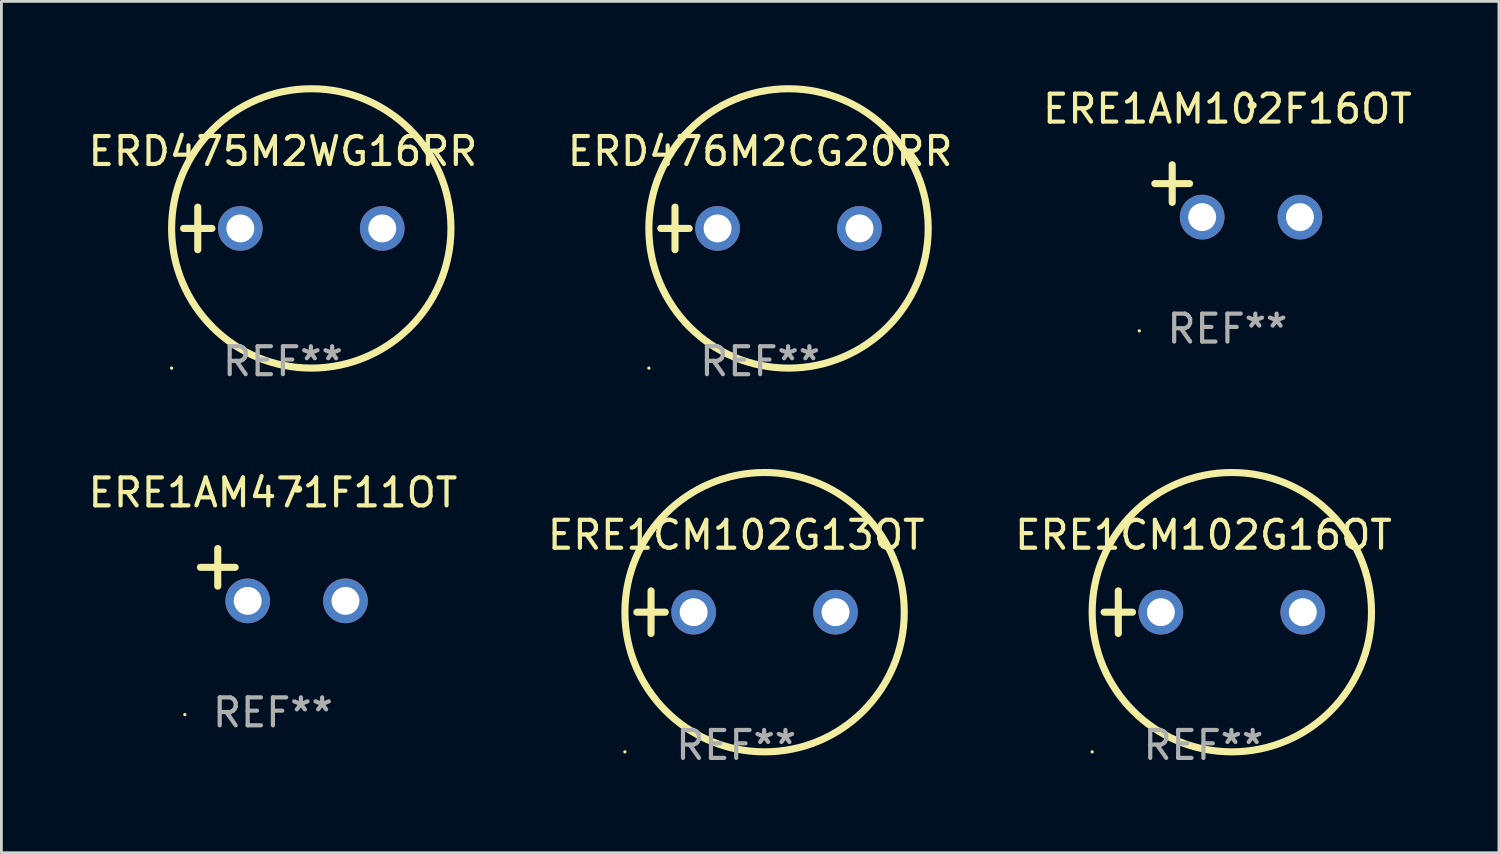
<source format=kicad_pcb>
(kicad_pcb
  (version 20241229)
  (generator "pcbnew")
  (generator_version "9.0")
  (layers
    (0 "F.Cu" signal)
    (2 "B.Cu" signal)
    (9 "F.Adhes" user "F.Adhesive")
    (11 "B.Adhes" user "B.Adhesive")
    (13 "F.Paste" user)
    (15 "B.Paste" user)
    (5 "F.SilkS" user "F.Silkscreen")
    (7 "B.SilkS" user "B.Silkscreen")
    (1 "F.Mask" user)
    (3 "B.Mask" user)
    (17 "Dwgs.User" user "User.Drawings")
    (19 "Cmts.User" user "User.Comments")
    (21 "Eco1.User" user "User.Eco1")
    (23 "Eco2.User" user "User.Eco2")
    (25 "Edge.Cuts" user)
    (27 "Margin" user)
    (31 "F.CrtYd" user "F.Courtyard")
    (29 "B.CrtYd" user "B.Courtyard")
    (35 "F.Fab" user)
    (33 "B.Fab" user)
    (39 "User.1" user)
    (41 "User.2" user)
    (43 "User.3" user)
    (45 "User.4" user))
  (footprint "ERD475M2WG16RR"
    (layer "F.Cu")
    (at 7.077 5.127)
    (property "Reference" "ERD475M2WG16RR" (at 0 -2.762 0) (layer "F.SilkS") (effects (font (size 1 1) (thickness 0.15))))
    (attr through_hole)
    (fp_line (start -3.556 0) (end -2.54 0) (stroke (width 0.254) (type solid)) (layer "F.SilkS"))
    (fp_line (start -3.048 -0.762) (end -3.048 0.762) (stroke (width 0.254) (type solid)) (layer "F.SilkS"))
    (fp_circle (center -3.984 5) (end -3.954 5) (stroke (width 0.06) (type solid)) (fill no) (layer "F.SilkS"))
    (fp_circle (center 1.016 0) (end 6.016 0) (stroke (width 0.254) (type solid)) (fill no) (layer "F.SilkS"))
    (fp_text user "REF**" (at 0 4.762 0) (layer "F.Fab") (effects (font (size 1 1) (thickness 0.15))))
    (pad "1" thru_hole circle (at -1.524 0) (size 1.6 1.6) (drill 1) (layers "*.Cu" "*.Mask"))
    (pad "2" thru_hole circle (at 3.556 0) (size 1.6 1.6) (drill 1) (layers "*.Cu" "*.Mask")))
  (footprint "ERE1AM102F16OT"
    (layer "F.Cu")
    (at 40.887 3.785)
    (property "Reference" "ERE1AM102F16OT" (at 0 -2.937 0) (layer "F.SilkS") (effects (font (size 1 1) (thickness 0.15))))
    (attr through_hole)
    (fp_line (start -1.975 0.41) (end -1.975 -0.937) (stroke (width 0.254) (type solid)) (layer "F.SilkS"))
    (fp_line (start -1.353 -0.263) (end -2.597 -0.263) (stroke (width 0.254) (type solid)) (layer "F.SilkS"))
    (fp_arc (start 0.849809 -3.063957) (mid 0.885369 -3.064114) (end 0.920929 -3.063957) (stroke (width 0.254001) (type solid)) (layer "F.SilkS"))
    (fp_circle (center -3.154 5.008) (end -3.124 5.008) (stroke (width 0.06) (type solid)) (fill no) (layer "F.SilkS"))
    (fp_text user "REF**" (at 0 4.937 0) (layer "F.Fab") (effects (font (size 1 1) (thickness 0.15))))
    (pad "1" thru_hole circle (at -0.903 0.937) (size 1.6 1.6) (drill 1) (layers "*.Cu" "*.Mask"))
    (pad "2" thru_hole circle (at 2.597 0.937) (size 1.6 1.6) (drill 1) (layers "*.Cu" "*.Mask")))
  (footprint "ERD476M2CG20RR"
    (layer "F.Cu")
    (at 24.161 5.127)
    (property "Reference" "ERD476M2CG20RR" (at 0 -2.762 0) (layer "F.SilkS") (effects (font (size 1 1) (thickness 0.15))))
    (attr through_hole)
    (fp_line (start -3.556 0) (end -2.54 0) (stroke (width 0.254) (type solid)) (layer "F.SilkS"))
    (fp_line (start -3.048 -0.762) (end -3.048 0.762) (stroke (width 0.254) (type solid)) (layer "F.SilkS"))
    (fp_circle (center -3.984 5) (end -3.954 5) (stroke (width 0.06) (type solid)) (fill no) (layer "F.SilkS"))
    (fp_circle (center 1.016 0) (end 6.016 0) (stroke (width 0.254) (type solid)) (fill no) (layer "F.SilkS"))
    (fp_text user "REF**" (at 0 4.762 0) (layer "F.Fab") (effects (font (size 1 1) (thickness 0.15))))
    (pad "1" thru_hole circle (at -1.524 0) (size 1.6 1.6) (drill 1) (layers "*.Cu" "*.Mask"))
    (pad "2" thru_hole circle (at 3.556 0) (size 1.6 1.6) (drill 1) (layers "*.Cu" "*.Mask")))
  (footprint "ERE1CM102G16OT"
    (layer "F.Cu")
    (at 40.03 18.864)
    (property "Reference" "ERE1CM102G16OT" (at 0 -2.762 0) (layer "F.SilkS") (effects (font (size 1 1) (thickness 0.15))))
    (attr through_hole)
    (fp_line (start -3.556 0) (end -2.54 0) (stroke (width 0.254) (type solid)) (layer "F.SilkS"))
    (fp_line (start -3.048 -0.762) (end -3.048 0.762) (stroke (width 0.254) (type solid)) (layer "F.SilkS"))
    (fp_circle (center -3.984 5) (end -3.954 5) (stroke (width 0.06) (type solid)) (fill no) (layer "F.SilkS"))
    (fp_circle (center 1.016 0) (end 6.016 0) (stroke (width 0.254) (type solid)) (fill no) (layer "F.SilkS"))
    (fp_text user "REF**" (at 0 4.762 0) (layer "F.Fab") (effects (font (size 1 1) (thickness 0.15))))
    (pad "1" thru_hole circle (at -1.524 0) (size 1.6 1.6) (drill 1) (layers "*.Cu" "*.Mask"))
    (pad "2" thru_hole circle (at 3.556 0) (size 1.6 1.6) (drill 1) (layers "*.Cu" "*.Mask")))
  (footprint "ERE1AM471F11OT"
    (layer "F.Cu")
    (at 6.72 17.522)
    (property "Reference" "ERE1AM471F11OT" (at 0 -2.937 0) (layer "F.SilkS") (effects (font (size 1 1) (thickness 0.15))))
    (attr through_hole)
    (fp_line (start -1.975 0.41) (end -1.975 -0.937) (stroke (width 0.254) (type solid)) (layer "F.SilkS"))
    (fp_line (start -1.353 -0.263) (end -2.597 -0.263) (stroke (width 0.254) (type solid)) (layer "F.SilkS"))
    (fp_arc (start 0.849809 -3.063957) (mid 0.885369 -3.064114) (end 0.920929 -3.063957) (stroke (width 0.254001) (type solid)) (layer "F.SilkS"))
    (fp_circle (center -3.154 5.008) (end -3.124 5.008) (stroke (width 0.06) (type solid)) (fill no) (layer "F.SilkS"))
    (fp_text user "REF**" (at 0 4.937 0) (layer "F.Fab") (effects (font (size 1 1) (thickness 0.15))))
    (pad "1" thru_hole circle (at -0.903 0.937) (size 1.6 1.6) (drill 1) (layers "*.Cu" "*.Mask"))
    (pad "2" thru_hole circle (at 2.597 0.937) (size 1.6 1.6) (drill 1) (layers "*.Cu" "*.Mask")))
  (footprint "ERE1CM102G13OT"
    (layer "F.Cu")
    (at 23.304 18.864)
    (property "Reference" "ERE1CM102G13OT" (at 0 -2.762 0) (layer "F.SilkS") (effects (font (size 1 1) (thickness 0.15))))
    (attr through_hole)
    (fp_line (start -3.556 0) (end -2.54 0) (stroke (width 0.254) (type solid)) (layer "F.SilkS"))
    (fp_line (start -3.048 -0.762) (end -3.048 0.762) (stroke (width 0.254) (type solid)) (layer "F.SilkS"))
    (fp_circle (center -3.984 5) (end -3.954 5) (stroke (width 0.06) (type solid)) (fill no) (layer "F.SilkS"))
    (fp_circle (center 1.016 0) (end 6.016 0) (stroke (width 0.254) (type solid)) (fill no) (layer "F.SilkS"))
    (fp_text user "REF**" (at 0 4.762 0) (layer "F.Fab") (effects (font (size 1 1) (thickness 0.15))))
    (pad "1" thru_hole circle (at -1.524 0) (size 1.6 1.6) (drill 1) (layers "*.Cu" "*.Mask"))
    (pad "2" thru_hole circle (at 3.556 0) (size 1.6 1.6) (drill 1) (layers "*.Cu" "*.Mask")))
  (gr_rect
    (start -3 -3)
    (end 50.607 27.475)
    (stroke (width 0.1) (type default))
    (fill no)
    (layer "Edge.Cuts")))
</source>
